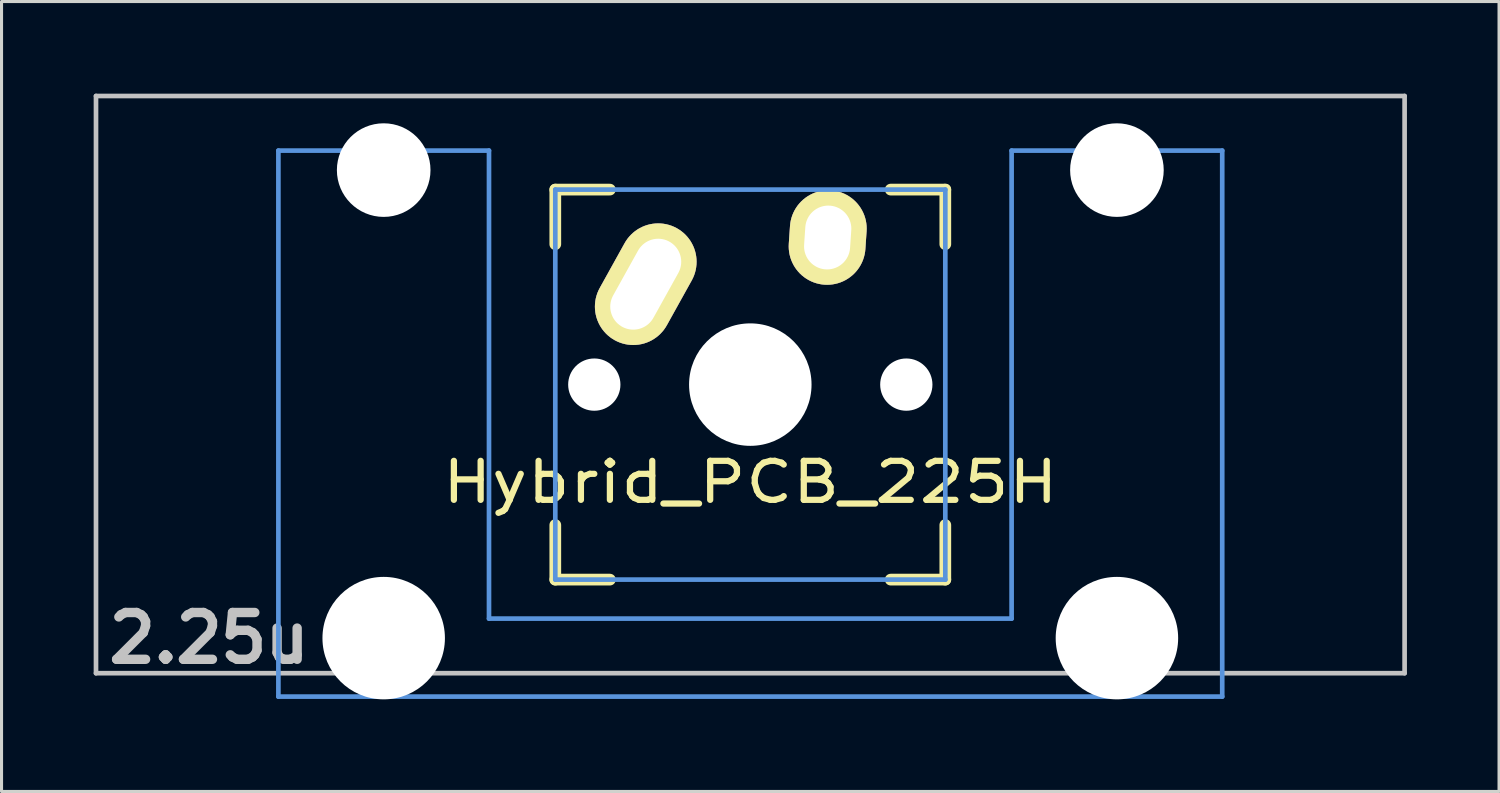
<source format=kicad_pcb>
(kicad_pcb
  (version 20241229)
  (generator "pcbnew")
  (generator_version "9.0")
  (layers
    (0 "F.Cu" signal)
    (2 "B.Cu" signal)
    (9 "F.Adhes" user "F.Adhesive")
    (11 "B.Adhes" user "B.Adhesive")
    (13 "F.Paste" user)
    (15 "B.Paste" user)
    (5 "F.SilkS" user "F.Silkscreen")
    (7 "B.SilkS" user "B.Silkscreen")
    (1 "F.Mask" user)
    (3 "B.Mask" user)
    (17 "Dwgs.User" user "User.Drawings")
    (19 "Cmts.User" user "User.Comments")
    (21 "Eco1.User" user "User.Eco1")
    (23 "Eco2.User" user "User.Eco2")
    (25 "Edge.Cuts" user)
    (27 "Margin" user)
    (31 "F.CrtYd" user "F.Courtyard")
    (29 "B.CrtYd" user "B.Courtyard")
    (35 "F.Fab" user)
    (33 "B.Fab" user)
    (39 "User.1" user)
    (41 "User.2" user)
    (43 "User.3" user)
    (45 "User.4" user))
  (footprint "Hybrid_PCB_225H"
    (layer "F.Cu")
    (at 21.382 9.474)
    (property "Reference" "Hybrid_PCB_225H" (at 0 3.175 0) (layer "F.SilkS") (effects (font (size 1.27 1.524) (thickness 0.203))))
    (attr through_hole)
    (fp_line (start -6.35 -6.35) (end -4.572 -6.35) (stroke (width 0.381) (type solid)) (layer "F.SilkS"))
    (fp_line (start -6.35 -4.572) (end -6.35 -6.35) (stroke (width 0.381) (type solid)) (layer "F.SilkS"))
    (fp_line (start -6.35 6.35) (end -6.35 4.572) (stroke (width 0.381) (type solid)) (layer "F.SilkS"))
    (fp_line (start -4.572 6.35) (end -6.35 6.35) (stroke (width 0.381) (type solid)) (layer "F.SilkS"))
    (fp_line (start 4.572 -6.35) (end 6.35 -6.35) (stroke (width 0.381) (type solid)) (layer "F.SilkS"))
    (fp_line (start 6.35 -6.35) (end 6.35 -4.572) (stroke (width 0.381) (type solid)) (layer "F.SilkS"))
    (fp_line (start 6.35 4.572) (end 6.35 6.35) (stroke (width 0.381) (type solid)) (layer "F.SilkS"))
    (fp_line (start 6.35 6.35) (end 4.572 6.35) (stroke (width 0.381) (type solid)) (layer "F.SilkS"))
    (fp_line (start -21.306 -9.398) (end 21.306 -9.398) (stroke (width 0.152) (type solid)) (layer "Dwgs.User"))
    (fp_line (start -21.306 9.398) (end -21.306 -9.398) (stroke (width 0.152) (type solid)) (layer "Dwgs.User"))
    (fp_line (start 21.306 -9.398) (end 21.306 9.398) (stroke (width 0.152) (type solid)) (layer "Dwgs.User"))
    (fp_line (start 21.306 9.398) (end -21.306 9.398) (stroke (width 0.152) (type solid)) (layer "Dwgs.User"))
    (fp_line (start -15.367 -7.62) (end -15.367 10.16) (stroke (width 0.152) (type solid)) (layer "Cmts.User"))
    (fp_line (start -15.367 10.16) (end 15.367 10.16) (stroke (width 0.152) (type solid)) (layer "Cmts.User"))
    (fp_line (start -8.509 -7.62) (end -15.367 -7.62) (stroke (width 0.152) (type solid)) (layer "Cmts.User"))
    (fp_line (start -8.509 7.62) (end -8.509 -7.62) (stroke (width 0.152) (type solid)) (layer "Cmts.User"))
    (fp_line (start -6.35 -6.35) (end 6.35 -6.35) (stroke (width 0.152) (type solid)) (layer "Cmts.User"))
    (fp_line (start -6.35 6.35) (end -6.35 -6.35) (stroke (width 0.152) (type solid)) (layer "Cmts.User"))
    (fp_line (start 6.35 -6.35) (end 6.35 6.35) (stroke (width 0.152) (type solid)) (layer "Cmts.User"))
    (fp_line (start 6.35 6.35) (end -6.35 6.35) (stroke (width 0.152) (type solid)) (layer "Cmts.User"))
    (fp_line (start 8.509 -7.62) (end 8.509 7.62) (stroke (width 0.152) (type solid)) (layer "Cmts.User"))
    (fp_line (start 8.509 7.62) (end -8.509 7.62) (stroke (width 0.152) (type solid)) (layer "Cmts.User"))
    (fp_line (start 15.367 -7.62) (end 8.509 -7.62) (stroke (width 0.152) (type solid)) (layer "Cmts.User"))
    (fp_line (start 15.367 10.16) (end 15.367 -7.62) (stroke (width 0.152) (type solid)) (layer "Cmts.User"))
    (fp_line (start -16.129 -2.286) (end -15.265 -2.286) (stroke (width 0.152) (type solid)) (layer "Eco2.User"))
    (fp_line (start -16.129 0.508) (end -16.129 -2.286) (stroke (width 0.152) (type solid)) (layer "Eco2.User"))
    (fp_line (start -15.265 -5.69) (end -8.611 -5.69) (stroke (width 0.152) (type solid)) (layer "Eco2.User"))
    (fp_line (start -15.265 -2.286) (end -15.265 -5.69) (stroke (width 0.152) (type solid)) (layer "Eco2.User"))
    (fp_line (start -15.265 0.508) (end -16.129 0.508) (stroke (width 0.152) (type solid)) (layer "Eco2.User"))
    (fp_line (start -15.265 6.604) (end -15.265 0.508) (stroke (width 0.152) (type solid)) (layer "Eco2.User"))
    (fp_line (start -14.224 6.604) (end -15.265 6.604) (stroke (width 0.152) (type solid)) (layer "Eco2.User"))
    (fp_line (start -14.224 7.772) (end -14.224 6.604) (stroke (width 0.152) (type solid)) (layer "Eco2.User"))
    (fp_line (start -9.652 6.604) (end -9.652 7.772) (stroke (width 0.152) (type solid)) (layer "Eco2.User"))
    (fp_line (start -9.652 7.772) (end -14.224 7.772) (stroke (width 0.152) (type solid)) (layer "Eco2.User"))
    (fp_line (start -8.611 -5.69) (end -8.611 -4.877) (stroke (width 0.152) (type solid)) (layer "Eco2.User"))
    (fp_line (start -8.611 -4.877) (end -6.985 -4.877) (stroke (width 0.152) (type solid)) (layer "Eco2.User"))
    (fp_line (start -8.611 5.817) (end -8.611 6.604) (stroke (width 0.152) (type solid)) (layer "Eco2.User"))
    (fp_line (start -8.611 6.604) (end -9.652 6.604) (stroke (width 0.152) (type solid)) (layer "Eco2.User"))
    (fp_line (start -6.985 -6.985) (end 6.985 -6.985) (stroke (width 0.152) (type solid)) (layer "Eco2.User"))
    (fp_line (start -6.985 -4.877) (end -6.985 -6.985) (stroke (width 0.152) (type solid)) (layer "Eco2.User"))
    (fp_line (start -6.985 5.817) (end -8.611 5.817) (stroke (width 0.152) (type solid)) (layer "Eco2.User"))
    (fp_line (start -6.985 6.985) (end -6.985 5.817) (stroke (width 0.152) (type solid)) (layer "Eco2.User"))
    (fp_line (start 6.985 -6.985) (end 6.985 -4.877) (stroke (width 0.152) (type solid)) (layer "Eco2.User"))
    (fp_line (start 6.985 -4.877) (end 8.611 -4.877) (stroke (width 0.152) (type solid)) (layer "Eco2.User"))
    (fp_line (start 6.985 5.817) (end 6.985 6.985) (stroke (width 0.152) (type solid)) (layer "Eco2.User"))
    (fp_line (start 6.985 6.985) (end -6.985 6.985) (stroke (width 0.152) (type solid)) (layer "Eco2.User"))
    (fp_line (start 8.611 -5.69) (end 15.265 -5.69) (stroke (width 0.152) (type solid)) (layer "Eco2.User"))
    (fp_line (start 8.611 -4.877) (end 8.611 -5.69) (stroke (width 0.152) (type solid)) (layer "Eco2.User"))
    (fp_line (start 8.611 5.817) (end 6.985 5.817) (stroke (width 0.152) (type solid)) (layer "Eco2.User"))
    (fp_line (start 8.611 6.604) (end 8.611 5.817) (stroke (width 0.152) (type solid)) (layer "Eco2.User"))
    (fp_line (start 9.652 6.604) (end 8.611 6.604) (stroke (width 0.152) (type solid)) (layer "Eco2.User"))
    (fp_line (start 9.652 7.772) (end 9.652 6.604) (stroke (width 0.152) (type solid)) (layer "Eco2.User"))
    (fp_line (start 14.224 6.604) (end 14.224 7.772) (stroke (width 0.152) (type solid)) (layer "Eco2.User"))
    (fp_line (start 14.224 7.772) (end 9.652 7.772) (stroke (width 0.152) (type solid)) (layer "Eco2.User"))
    (fp_line (start 15.265 -5.69) (end 15.265 -2.286) (stroke (width 0.152) (type solid)) (layer "Eco2.User"))
    (fp_line (start 15.265 -2.286) (end 16.129 -2.286) (stroke (width 0.152) (type solid)) (layer "Eco2.User"))
    (fp_line (start 15.265 0.508) (end 15.265 6.604) (stroke (width 0.152) (type solid)) (layer "Eco2.User"))
    (fp_line (start 15.265 6.604) (end 14.224 6.604) (stroke (width 0.152) (type solid)) (layer "Eco2.User"))
    (fp_line (start 16.129 -2.286) (end 16.129 0.508) (stroke (width 0.152) (type solid)) (layer "Eco2.User"))
    (fp_line (start 16.129 0.508) (end 15.265 0.508) (stroke (width 0.152) (type solid)) (layer "Eco2.User"))
    (fp_text user "2.25u" (at -17.623 8.255 0) (layer "Dwgs.User") (effects (font (size 1.524 1.524) (thickness 0.305))))
    (pad "" np_thru_hole circle (at -11.938 -6.985) (size 3.048 3.048) (drill 3.048) (layers "*.Cu"))
    (pad "" np_thru_hole circle (at -11.938 8.255) (size 3.988 3.988) (drill 3.988) (layers "*.Cu"))
    (pad "" np_thru_hole circle (at -5.08 0) (size 1.702 1.702) (drill 1.702) (layers "*.Cu"))
    (pad "" np_thru_hole circle (at 0 0) (size 3.988 3.988) (drill 3.988) (layers "*.Cu"))
    (pad "" np_thru_hole circle (at 5.08 0) (size 1.702 1.702) (drill 1.702) (layers "*.Cu"))
    (pad "" np_thru_hole circle (at 11.938 -6.985) (size 3.048 3.048) (drill 3.048) (layers "*.Cu"))
    (pad "" np_thru_hole circle (at 11.938 8.255) (size 3.988 3.988) (drill 3.988) (layers "*.Cu"))
    (pad "1" thru_hole oval (at -3.405 -3.27 330.95) (size 2.5 4.17) (drill oval 1.5 3.17) (layers "*.Cu" "*.Mask" "F.SilkS"))
    (pad "2" thru_hole oval (at 2.52 -4.79 356.1) (size 2.5 3.08) (drill oval 1.5 2.08) (layers "*.Cu" "*.Mask" "F.SilkS")))
  (gr_rect
    (start -3 -3)
    (end 45.763 22.723)
    (stroke (width 0.1) (type default))
    (fill no)
    (layer "Edge.Cuts")))
</source>
